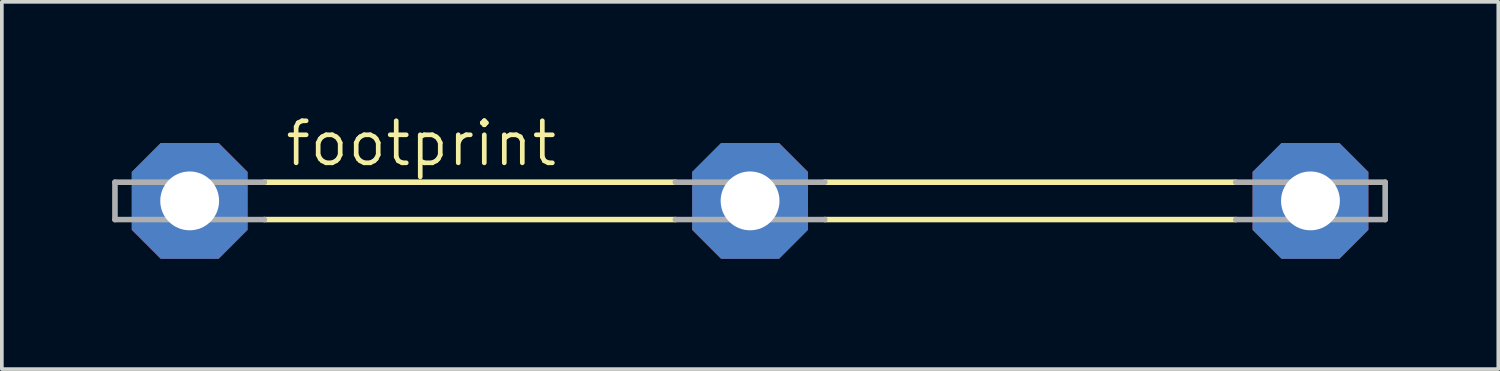
<source format=kicad_pcb>
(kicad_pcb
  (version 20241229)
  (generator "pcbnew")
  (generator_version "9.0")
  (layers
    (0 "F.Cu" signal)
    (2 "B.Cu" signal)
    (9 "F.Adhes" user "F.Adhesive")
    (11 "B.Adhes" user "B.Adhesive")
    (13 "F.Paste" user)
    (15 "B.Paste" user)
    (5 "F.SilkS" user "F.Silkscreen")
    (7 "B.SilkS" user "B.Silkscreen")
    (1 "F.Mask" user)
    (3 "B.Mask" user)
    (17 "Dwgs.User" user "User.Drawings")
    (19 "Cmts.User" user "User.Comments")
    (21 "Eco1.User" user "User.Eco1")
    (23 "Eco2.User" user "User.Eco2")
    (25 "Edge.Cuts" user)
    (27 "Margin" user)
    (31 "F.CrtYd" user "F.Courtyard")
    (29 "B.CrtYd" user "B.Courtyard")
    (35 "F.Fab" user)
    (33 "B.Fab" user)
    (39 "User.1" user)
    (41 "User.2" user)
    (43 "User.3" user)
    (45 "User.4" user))
  (footprint "footprint"
    (layer "F.Cu")
    (at 17.348 2.413)
    (property "Reference" "footprint" (at -12.7 -0.889 0) (layer "F.SilkS") (effects (font (size 1.143 1.143) (thickness 0.127)) (justify left bottom)))
    (fp_line (start -13.208 -0.508) (end -2.032 -0.508) (stroke (width 0.152) (type solid)) (layer "F.SilkS"))
    (fp_line (start -13.208 0.508) (end -2.032 0.508) (stroke (width 0.152) (type solid)) (layer "F.SilkS"))
    (fp_line (start 2.032 -0.508) (end 13.208 -0.508) (stroke (width 0.152) (type solid)) (layer "F.SilkS"))
    (fp_line (start 2.032 0.508) (end 13.208 0.508) (stroke (width 0.152) (type solid)) (layer "F.SilkS"))
    (fp_line (start -17.272 -0.508) (end -17.272 0.508) (stroke (width 0.152) (type solid)) (layer "F.Fab"))
    (fp_line (start -17.272 0.508) (end -13.208 0.508) (stroke (width 0.152) (type solid)) (layer "F.Fab"))
    (fp_line (start -13.208 -0.508) (end -17.272 -0.508) (stroke (width 0.152) (type solid)) (layer "F.Fab"))
    (fp_line (start -2.032 0.508) (end 2.032 0.508) (stroke (width 0.152) (type solid)) (layer "F.Fab"))
    (fp_line (start 2.032 -0.508) (end -2.032 -0.508) (stroke (width 0.152) (type solid)) (layer "F.Fab"))
    (fp_line (start 17.272 -0.508) (end 13.208 -0.508) (stroke (width 0.152) (type solid)) (layer "F.Fab"))
    (fp_line (start 17.272 -0.508) (end 17.272 0.508) (stroke (width 0.152) (type solid)) (layer "F.Fab"))
    (fp_line (start 17.272 0.508) (end 13.208 0.508) (stroke (width 0.152) (type solid)) (layer "F.Fab"))
    (pad "1" thru_hole roundrect (at -15.24 0) (size 3.15 3.15) (drill 1.6) (layers "*.Cu" "*.Mask") (roundrect_rratio 0.25) (chamfer_ratio 0.25) (chamfer top_left top_right bottom_left bottom_right))
    (pad "2" thru_hole roundrect (at 0 0) (size 3.15 3.15) (drill 1.6) (layers "*.Cu" "*.Mask") (roundrect_rratio 0.25) (chamfer_ratio 0.25) (chamfer top_left top_right bottom_left bottom_right))
    (pad "3" thru_hole roundrect (at 15.24 0) (size 3.15 3.15) (drill 1.6) (layers "*.Cu" "*.Mask") (roundrect_rratio 0.25) (chamfer_ratio 0.25) (chamfer top_left top_right bottom_left bottom_right)))
  (gr_rect
    (start -3 -3)
    (end 37.696 6.988)
    (stroke (width 0.1) (type default))
    (fill no)
    (layer "Edge.Cuts")))
</source>
